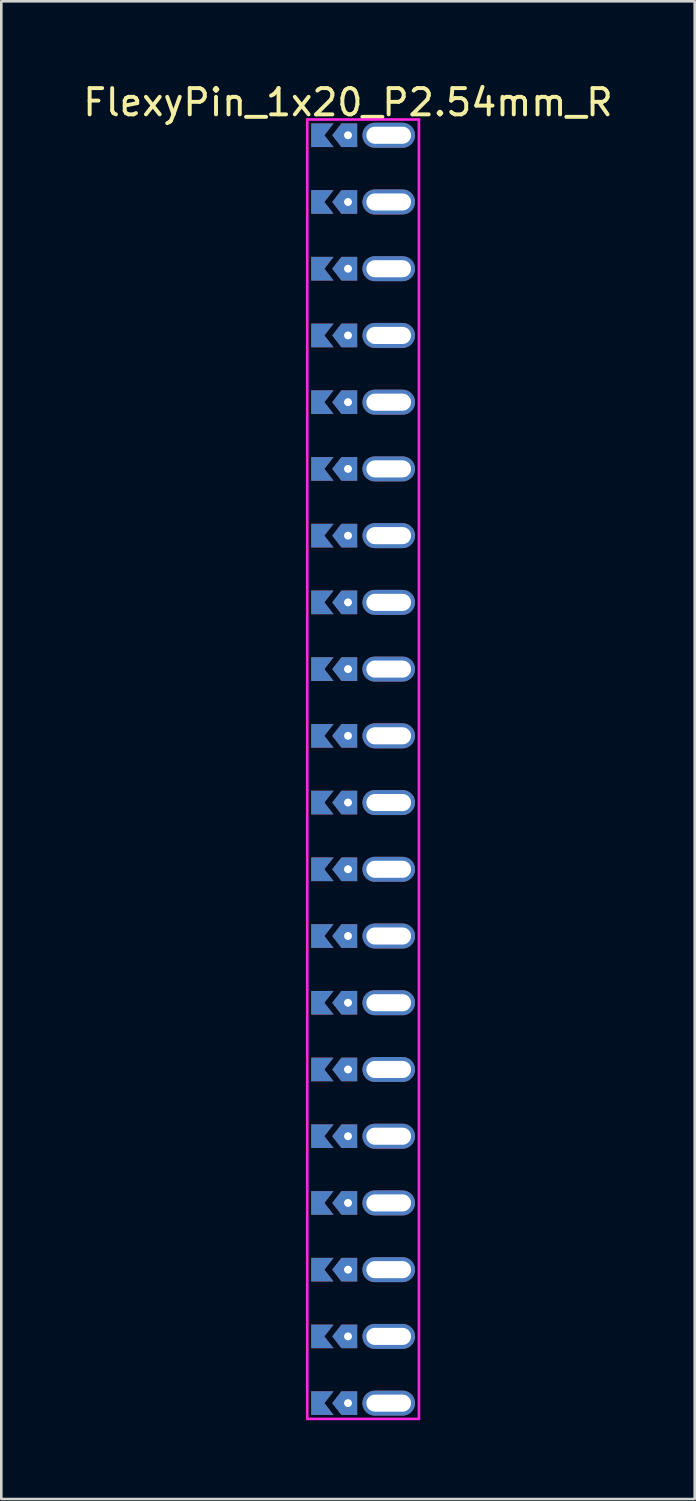
<source format=kicad_pcb>
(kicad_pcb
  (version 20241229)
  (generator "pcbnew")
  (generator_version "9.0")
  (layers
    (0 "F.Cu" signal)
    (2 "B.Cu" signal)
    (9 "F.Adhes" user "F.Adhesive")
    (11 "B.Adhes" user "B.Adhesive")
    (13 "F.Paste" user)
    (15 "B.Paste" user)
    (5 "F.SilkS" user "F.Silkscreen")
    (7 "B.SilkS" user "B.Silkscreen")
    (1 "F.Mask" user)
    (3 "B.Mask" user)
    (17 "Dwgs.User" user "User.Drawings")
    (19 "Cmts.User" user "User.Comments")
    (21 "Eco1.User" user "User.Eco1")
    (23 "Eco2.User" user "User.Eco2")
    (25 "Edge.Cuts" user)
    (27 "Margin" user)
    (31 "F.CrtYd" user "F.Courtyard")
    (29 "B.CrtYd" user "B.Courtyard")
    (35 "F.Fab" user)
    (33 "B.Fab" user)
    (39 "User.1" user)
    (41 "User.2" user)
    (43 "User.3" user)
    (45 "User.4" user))
  (footprint "FlexyPin_1x20_P2.54mm_R"
    (layer "F.Cu")
    (at 10.196 2.098)
    (property "Reference" "FlexyPin_1x20_P2.54mm_R" (at 0 -1.25 0) (layer "F.SilkS") (effects (font (size 1 1) (thickness 0.15))))
    (attr through_hole)
    (fp_line (start -1.55 -0.6) (end 2.7 -0.6) (stroke (width 0.1) (type solid)) (layer "F.CrtYd"))
    (fp_line (start -1.55 48.86) (end -1.55 -0.6) (stroke (width 0.1) (type solid)) (layer "F.CrtYd"))
    (fp_line (start 2.7 -0.6) (end 2.7 48.86) (stroke (width 0.1) (type solid)) (layer "F.CrtYd"))
    (fp_line (start 2.7 48.86) (end -1.55 48.86) (stroke (width 0.1) (type solid)) (layer "F.CrtYd"))
    (pad "" thru_hole custom (at 0 0) (size 0.3 0.3) (drill 0.6) (layers "*.Cu" "*.Mask") (options (anchor rect)) (primitives (gr_poly (pts (xy 0.35 0.45) (xy 0.35 -0.45) (xy -0.25 -0.45) (xy -0.6 0) (xy -0.25 0.45)) (width 0) (fill yes))))
    (pad "" thru_hole custom (at 0 2.54) (size 0.3 0.3) (drill 0.6) (layers "*.Cu" "*.Mask") (options (anchor rect)) (primitives (gr_poly (pts (xy 0.35 0.45) (xy 0.35 -0.45) (xy -0.25 -0.45) (xy -0.6 0) (xy -0.25 0.45)) (width 0) (fill yes))))
    (pad "" thru_hole custom (at 0 5.08) (size 0.3 0.3) (drill 0.6) (layers "*.Cu" "*.Mask") (options (anchor rect)) (primitives (gr_poly (pts (xy 0.35 0.45) (xy 0.35 -0.45) (xy -0.25 -0.45) (xy -0.6 0) (xy -0.25 0.45)) (width 0) (fill yes))))
    (pad "" thru_hole custom (at 0 7.62) (size 0.3 0.3) (drill 0.6) (layers "*.Cu" "*.Mask") (options (anchor rect)) (primitives (gr_poly (pts (xy 0.35 0.45) (xy 0.35 -0.45) (xy -0.25 -0.45) (xy -0.6 0) (xy -0.25 0.45)) (width 0) (fill yes))))
    (pad "" thru_hole custom (at 0 10.16) (size 0.3 0.3) (drill 0.6) (layers "*.Cu" "*.Mask") (options (anchor rect)) (primitives (gr_poly (pts (xy 0.35 0.45) (xy 0.35 -0.45) (xy -0.25 -0.45) (xy -0.6 0) (xy -0.25 0.45)) (width 0) (fill yes))))
    (pad "" thru_hole custom (at 0 12.7) (size 0.3 0.3) (drill 0.6) (layers "*.Cu" "*.Mask") (options (anchor rect)) (primitives (gr_poly (pts (xy 0.35 0.45) (xy 0.35 -0.45) (xy -0.25 -0.45) (xy -0.6 0) (xy -0.25 0.45)) (width 0) (fill yes))))
    (pad "" thru_hole custom (at 0 15.24) (size 0.3 0.3) (drill 0.6) (layers "*.Cu" "*.Mask") (options (anchor rect)) (primitives (gr_poly (pts (xy 0.35 0.45) (xy 0.35 -0.45) (xy -0.25 -0.45) (xy -0.6 0) (xy -0.25 0.45)) (width 0) (fill yes))))
    (pad "" thru_hole custom (at 0 17.78) (size 0.3 0.3) (drill 0.6) (layers "*.Cu" "*.Mask") (options (anchor rect)) (primitives (gr_poly (pts (xy 0.35 0.45) (xy 0.35 -0.45) (xy -0.25 -0.45) (xy -0.6 0) (xy -0.25 0.45)) (width 0) (fill yes))))
    (pad "" thru_hole custom (at 0 20.32) (size 0.3 0.3) (drill 0.6) (layers "*.Cu" "*.Mask") (options (anchor rect)) (primitives (gr_poly (pts (xy 0.35 0.45) (xy 0.35 -0.45) (xy -0.25 -0.45) (xy -0.6 0) (xy -0.25 0.45)) (width 0) (fill yes))))
    (pad "" thru_hole custom (at 0 22.86) (size 0.3 0.3) (drill 0.6) (layers "*.Cu" "*.Mask") (options (anchor rect)) (primitives (gr_poly (pts (xy 0.35 0.45) (xy 0.35 -0.45) (xy -0.25 -0.45) (xy -0.6 0) (xy -0.25 0.45)) (width 0) (fill yes))))
    (pad "" thru_hole custom (at 0 25.4) (size 0.3 0.3) (drill 0.6) (layers "*.Cu" "*.Mask") (options (anchor rect)) (primitives (gr_poly (pts (xy 0.35 0.45) (xy 0.35 -0.45) (xy -0.25 -0.45) (xy -0.6 0) (xy -0.25 0.45)) (width 0) (fill yes))))
    (pad "" thru_hole custom (at 0 27.94) (size 0.3 0.3) (drill 0.6) (layers "*.Cu" "*.Mask") (options (anchor rect)) (primitives (gr_poly (pts (xy 0.35 0.45) (xy 0.35 -0.45) (xy -0.25 -0.45) (xy -0.6 0) (xy -0.25 0.45)) (width 0) (fill yes))))
    (pad "" thru_hole custom (at 0 30.48) (size 0.3 0.3) (drill 0.6) (layers "*.Cu" "*.Mask") (options (anchor rect)) (primitives (gr_poly (pts (xy 0.35 0.45) (xy 0.35 -0.45) (xy -0.25 -0.45) (xy -0.6 0) (xy -0.25 0.45)) (width 0) (fill yes))))
    (pad "" thru_hole custom (at 0 33.02) (size 0.3 0.3) (drill 0.6) (layers "*.Cu" "*.Mask") (options (anchor rect)) (primitives (gr_poly (pts (xy 0.35 0.45) (xy 0.35 -0.45) (xy -0.25 -0.45) (xy -0.6 0) (xy -0.25 0.45)) (width 0) (fill yes))))
    (pad "" thru_hole custom (at 0 35.56) (size 0.3 0.3) (drill 0.6) (layers "*.Cu" "*.Mask") (options (anchor rect)) (primitives (gr_poly (pts (xy 0.35 0.45) (xy 0.35 -0.45) (xy -0.25 -0.45) (xy -0.6 0) (xy -0.25 0.45)) (width 0) (fill yes))))
    (pad "" thru_hole custom (at 0 38.1) (size 0.3 0.3) (drill 0.6) (layers "*.Cu" "*.Mask") (options (anchor rect)) (primitives (gr_poly (pts (xy 0.35 0.45) (xy 0.35 -0.45) (xy -0.25 -0.45) (xy -0.6 0) (xy -0.25 0.45)) (width 0) (fill yes))))
    (pad "" thru_hole custom (at 0 40.64) (size 0.3 0.3) (drill 0.6) (layers "*.Cu" "*.Mask") (options (anchor rect)) (primitives (gr_poly (pts (xy 0.35 0.45) (xy 0.35 -0.45) (xy -0.25 -0.45) (xy -0.6 0) (xy -0.25 0.45)) (width 0) (fill yes))))
    (pad "" thru_hole custom (at 0 43.18) (size 0.3 0.3) (drill 0.6) (layers "*.Cu" "*.Mask") (options (anchor rect)) (primitives (gr_poly (pts (xy 0.35 0.45) (xy 0.35 -0.45) (xy -0.25 -0.45) (xy -0.6 0) (xy -0.25 0.45)) (width 0) (fill yes))))
    (pad "" thru_hole custom (at 0 45.72) (size 0.3 0.3) (drill 0.6) (layers "*.Cu" "*.Mask") (options (anchor rect)) (primitives (gr_poly (pts (xy 0.35 0.45) (xy 0.35 -0.45) (xy -0.25 -0.45) (xy -0.6 0) (xy -0.25 0.45)) (width 0) (fill yes))))
    (pad "" thru_hole custom (at 0 48.26) (size 0.3 0.3) (drill 0.6) (layers "*.Cu" "*.Mask") (options (anchor rect)) (primitives (gr_poly (pts (xy 0.35 0.45) (xy 0.35 -0.45) (xy -0.25 -0.45) (xy -0.6 0) (xy -0.25 0.45)) (width 0) (fill yes))))
    (pad "" thru_hole oval (at 1.55 0) (size 2 0.95) (drill oval 1.7 0.65) (layers "*.Cu" "*.Mask"))
    (pad "" thru_hole oval (at 1.55 2.54) (size 2 0.95) (drill oval 1.7 0.65) (layers "*.Cu" "*.Mask"))
    (pad "" thru_hole oval (at 1.55 5.08) (size 2 0.95) (drill oval 1.7 0.65) (layers "*.Cu" "*.Mask"))
    (pad "" thru_hole oval (at 1.55 7.62) (size 2 0.95) (drill oval 1.7 0.65) (layers "*.Cu" "*.Mask"))
    (pad "" thru_hole oval (at 1.55 10.16) (size 2 0.95) (drill oval 1.7 0.65) (layers "*.Cu" "*.Mask"))
    (pad "" thru_hole oval (at 1.55 12.7) (size 2 0.95) (drill oval 1.7 0.65) (layers "*.Cu" "*.Mask"))
    (pad "" thru_hole oval (at 1.55 15.24) (size 2 0.95) (drill oval 1.7 0.65) (layers "*.Cu" "*.Mask"))
    (pad "" thru_hole oval (at 1.55 17.78) (size 2 0.95) (drill oval 1.7 0.65) (layers "*.Cu" "*.Mask"))
    (pad "" thru_hole oval (at 1.55 20.32) (size 2 0.95) (drill oval 1.7 0.65) (layers "*.Cu" "*.Mask"))
    (pad "" thru_hole oval (at 1.55 22.86) (size 2 0.95) (drill oval 1.7 0.65) (layers "*.Cu" "*.Mask"))
    (pad "" thru_hole oval (at 1.55 25.4) (size 2 0.95) (drill oval 1.7 0.65) (layers "*.Cu" "*.Mask"))
    (pad "" thru_hole oval (at 1.55 27.94) (size 2 0.95) (drill oval 1.7 0.65) (layers "*.Cu" "*.Mask"))
    (pad "" thru_hole oval (at 1.55 30.48) (size 2 0.95) (drill oval 1.7 0.65) (layers "*.Cu" "*.Mask"))
    (pad "" thru_hole oval (at 1.55 33.02) (size 2 0.95) (drill oval 1.7 0.65) (layers "*.Cu" "*.Mask"))
    (pad "" thru_hole oval (at 1.55 35.56) (size 2 0.95) (drill oval 1.7 0.65) (layers "*.Cu" "*.Mask"))
    (pad "" thru_hole oval (at 1.55 38.1) (size 2 0.95) (drill oval 1.7 0.65) (layers "*.Cu" "*.Mask"))
    (pad "" thru_hole oval (at 1.55 40.64) (size 2 0.95) (drill oval 1.7 0.65) (layers "*.Cu" "*.Mask"))
    (pad "" thru_hole oval (at 1.55 43.18) (size 2 0.95) (drill oval 1.7 0.65) (layers "*.Cu" "*.Mask"))
    (pad "" thru_hole oval (at 1.55 45.72) (size 2 0.95) (drill oval 1.7 0.65) (layers "*.Cu" "*.Mask"))
    (pad "" thru_hole oval (at 1.55 48.26) (size 2 0.95) (drill oval 1.7 0.65) (layers "*.Cu" "*.Mask"))
    (pad "1" smd custom (at -0.9 0) (size 0.01 0.01) (layers "F.Cu" "F.Mask") (options (anchor rect)) (primitives (gr_poly (pts (xy 0 0) (xy 0.35 0.45) (xy -0.5 0.45) (xy -0.5 -0.45) (xy 0.35 -0.45)) (width 0) (fill yes))))
    (pad "2" smd custom (at -0.9 2.54) (size 0.01 0.01) (layers "F.Cu" "F.Mask") (options (anchor rect)) (primitives (gr_poly (pts (xy 0 0) (xy 0.35 0.45) (xy -0.5 0.45) (xy -0.5 -0.45) (xy 0.35 -0.45)) (width 0) (fill yes))))
    (pad "3" smd custom (at -0.9 5.08) (size 0.01 0.01) (layers "F.Cu" "F.Mask") (options (anchor rect)) (primitives (gr_poly (pts (xy 0 0) (xy 0.35 0.45) (xy -0.5 0.45) (xy -0.5 -0.45) (xy 0.35 -0.45)) (width 0) (fill yes))))
    (pad "4" smd custom (at -0.9 7.62) (size 0.01 0.01) (layers "F.Cu" "F.Mask") (options (anchor rect)) (primitives (gr_poly (pts (xy 0 0) (xy 0.35 0.45) (xy -0.5 0.45) (xy -0.5 -0.45) (xy 0.35 -0.45)) (width 0) (fill yes))))
    (pad "5" smd custom (at -0.9 10.16) (size 0.01 0.01) (layers "F.Cu" "F.Mask") (options (anchor rect)) (primitives (gr_poly (pts (xy 0 0) (xy 0.35 0.45) (xy -0.5 0.45) (xy -0.5 -0.45) (xy 0.35 -0.45)) (width 0) (fill yes))))
    (pad "6" smd custom (at -0.9 12.7) (size 0.01 0.01) (layers "F.Cu" "F.Mask") (options (anchor rect)) (primitives (gr_poly (pts (xy 0 0) (xy 0.35 0.45) (xy -0.5 0.45) (xy -0.5 -0.45) (xy 0.35 -0.45)) (width 0) (fill yes))))
    (pad "7" smd custom (at -0.9 15.24) (size 0.01 0.01) (layers "F.Cu" "F.Mask") (options (anchor rect)) (primitives (gr_poly (pts (xy 0 0) (xy 0.35 0.45) (xy -0.5 0.45) (xy -0.5 -0.45) (xy 0.35 -0.45)) (width 0) (fill yes))))
    (pad "8" smd custom (at -0.9 17.78) (size 0.01 0.01) (layers "F.Cu" "F.Mask") (options (anchor rect)) (primitives (gr_poly (pts (xy 0 0) (xy 0.35 0.45) (xy -0.5 0.45) (xy -0.5 -0.45) (xy 0.35 -0.45)) (width 0) (fill yes))))
    (pad "9" smd custom (at -0.9 20.32) (size 0.01 0.01) (layers "F.Cu" "F.Mask") (options (anchor rect)) (primitives (gr_poly (pts (xy 0 0) (xy 0.35 0.45) (xy -0.5 0.45) (xy -0.5 -0.45) (xy 0.35 -0.45)) (width 0) (fill yes))))
    (pad "10" smd custom (at -0.9 22.86) (size 0.01 0.01) (layers "F.Cu" "F.Mask") (options (anchor rect)) (primitives (gr_poly (pts (xy 0 0) (xy 0.35 0.45) (xy -0.5 0.45) (xy -0.5 -0.45) (xy 0.35 -0.45)) (width 0) (fill yes))))
    (pad "11" smd custom (at -0.9 25.4) (size 0.01 0.01) (layers "F.Cu" "F.Mask") (options (anchor rect)) (primitives (gr_poly (pts (xy 0 0) (xy 0.35 0.45) (xy -0.5 0.45) (xy -0.5 -0.45) (xy 0.35 -0.45)) (width 0) (fill yes))))
    (pad "12" smd custom (at -0.9 27.94) (size 0.01 0.01) (layers "F.Cu" "F.Mask") (options (anchor rect)) (primitives (gr_poly (pts (xy 0 0) (xy 0.35 0.45) (xy -0.5 0.45) (xy -0.5 -0.45) (xy 0.35 -0.45)) (width 0) (fill yes))))
    (pad "13" smd custom (at -0.9 30.48) (size 0.01 0.01) (layers "F.Cu" "F.Mask") (options (anchor rect)) (primitives (gr_poly (pts (xy 0 0) (xy 0.35 0.45) (xy -0.5 0.45) (xy -0.5 -0.45) (xy 0.35 -0.45)) (width 0) (fill yes))))
    (pad "14" smd custom (at -0.9 33.02) (size 0.01 0.01) (layers "F.Cu" "F.Mask") (options (anchor rect)) (primitives (gr_poly (pts (xy 0 0) (xy 0.35 0.45) (xy -0.5 0.45) (xy -0.5 -0.45) (xy 0.35 -0.45)) (width 0) (fill yes))))
    (pad "15" smd custom (at -0.9 35.56) (size 0.01 0.01) (layers "F.Cu" "F.Mask") (options (anchor rect)) (primitives (gr_poly (pts (xy 0 0) (xy 0.35 0.45) (xy -0.5 0.45) (xy -0.5 -0.45) (xy 0.35 -0.45)) (width 0) (fill yes))))
    (pad "16" smd custom (at -0.9 38.1) (size 0.01 0.01) (layers "F.Cu" "F.Mask") (options (anchor rect)) (primitives (gr_poly (pts (xy 0 0) (xy 0.35 0.45) (xy -0.5 0.45) (xy -0.5 -0.45) (xy 0.35 -0.45)) (width 0) (fill yes))))
    (pad "17" smd custom (at -0.9 40.64) (size 0.01 0.01) (layers "F.Cu" "F.Mask") (options (anchor rect)) (primitives (gr_poly (pts (xy 0 0) (xy 0.35 0.45) (xy -0.5 0.45) (xy -0.5 -0.45) (xy 0.35 -0.45)) (width 0) (fill yes))))
    (pad "18" smd custom (at -0.9 43.18) (size 0.01 0.01) (layers "F.Cu" "F.Mask") (options (anchor rect)) (primitives (gr_poly (pts (xy 0 0) (xy 0.35 0.45) (xy -0.5 0.45) (xy -0.5 -0.45) (xy 0.35 -0.45)) (width 0) (fill yes))))
    (pad "19" smd custom (at -0.9 45.72) (size 0.01 0.01) (layers "F.Cu" "F.Mask") (options (anchor rect)) (primitives (gr_poly (pts (xy 0 0) (xy 0.35 0.45) (xy -0.5 0.45) (xy -0.5 -0.45) (xy 0.35 -0.45)) (width 0) (fill yes))))
    (pad "20" smd custom (at -0.9 48.26) (size 0.01 0.01) (layers "F.Cu" "F.Mask") (options (anchor rect)) (primitives (gr_poly (pts (xy 0 0) (xy 0.35 0.45) (xy -0.5 0.45) (xy -0.5 -0.45) (xy 0.35 -0.45)) (width 0) (fill yes))))
    (pad "21" smd custom (at -0.9 0) (size 0.01 0.01) (layers "B.Cu" "B.Mask") (options (anchor rect)) (primitives (gr_poly (pts (xy 0 0) (xy 0.35 0.45) (xy -0.5 0.45) (xy -0.5 -0.45) (xy 0.35 -0.45)) (width 0) (fill yes))))
    (pad "22" smd custom (at -0.9 2.54) (size 0.01 0.01) (layers "B.Cu" "B.Mask") (options (anchor rect)) (primitives (gr_poly (pts (xy 0 0) (xy 0.35 0.45) (xy -0.5 0.45) (xy -0.5 -0.45) (xy 0.35 -0.45)) (width 0) (fill yes))))
    (pad "23" smd custom (at -0.9 5.08) (size 0.01 0.01) (layers "B.Cu" "B.Mask") (options (anchor rect)) (primitives (gr_poly (pts (xy 0 0) (xy 0.35 0.45) (xy -0.5 0.45) (xy -0.5 -0.45) (xy 0.35 -0.45)) (width 0) (fill yes))))
    (pad "24" smd custom (at -0.9 7.62) (size 0.01 0.01) (layers "B.Cu" "B.Mask") (options (anchor rect)) (primitives (gr_poly (pts (xy 0 0) (xy 0.35 0.45) (xy -0.5 0.45) (xy -0.5 -0.45) (xy 0.35 -0.45)) (width 0) (fill yes))))
    (pad "25" smd custom (at -0.9 10.16) (size 0.01 0.01) (layers "B.Cu" "B.Mask") (options (anchor rect)) (primitives (gr_poly (pts (xy 0 0) (xy 0.35 0.45) (xy -0.5 0.45) (xy -0.5 -0.45) (xy 0.35 -0.45)) (width 0) (fill yes))))
    (pad "26" smd custom (at -0.9 12.7) (size 0.01 0.01) (layers "B.Cu" "B.Mask") (options (anchor rect)) (primitives (gr_poly (pts (xy 0 0) (xy 0.35 0.45) (xy -0.5 0.45) (xy -0.5 -0.45) (xy 0.35 -0.45)) (width 0) (fill yes))))
    (pad "27" smd custom (at -0.9 15.24) (size 0.01 0.01) (layers "B.Cu" "B.Mask") (options (anchor rect)) (primitives (gr_poly (pts (xy 0 0) (xy 0.35 0.45) (xy -0.5 0.45) (xy -0.5 -0.45) (xy 0.35 -0.45)) (width 0) (fill yes))))
    (pad "28" smd custom (at -0.9 17.78) (size 0.01 0.01) (layers "B.Cu" "B.Mask") (options (anchor rect)) (primitives (gr_poly (pts (xy 0 0) (xy 0.35 0.45) (xy -0.5 0.45) (xy -0.5 -0.45) (xy 0.35 -0.45)) (width 0) (fill yes))))
    (pad "29" smd custom (at -0.9 20.32) (size 0.01 0.01) (layers "B.Cu" "B.Mask") (options (anchor rect)) (primitives (gr_poly (pts (xy 0 0) (xy 0.35 0.45) (xy -0.5 0.45) (xy -0.5 -0.45) (xy 0.35 -0.45)) (width 0) (fill yes))))
    (pad "30" smd custom (at -0.9 22.86) (size 0.01 0.01) (layers "B.Cu" "B.Mask") (options (anchor rect)) (primitives (gr_poly (pts (xy 0 0) (xy 0.35 0.45) (xy -0.5 0.45) (xy -0.5 -0.45) (xy 0.35 -0.45)) (width 0) (fill yes))))
    (pad "31" smd custom (at -0.9 25.4) (size 0.01 0.01) (layers "B.Cu" "B.Mask") (options (anchor rect)) (primitives (gr_poly (pts (xy 0 0) (xy 0.35 0.45) (xy -0.5 0.45) (xy -0.5 -0.45) (xy 0.35 -0.45)) (width 0) (fill yes))))
    (pad "32" smd custom (at -0.9 27.94) (size 0.01 0.01) (layers "B.Cu" "B.Mask") (options (anchor rect)) (primitives (gr_poly (pts (xy 0 0) (xy 0.35 0.45) (xy -0.5 0.45) (xy -0.5 -0.45) (xy 0.35 -0.45)) (width 0) (fill yes))))
    (pad "33" smd custom (at -0.9 30.48) (size 0.01 0.01) (layers "B.Cu" "B.Mask") (options (anchor rect)) (primitives (gr_poly (pts (xy 0 0) (xy 0.35 0.45) (xy -0.5 0.45) (xy -0.5 -0.45) (xy 0.35 -0.45)) (width 0) (fill yes))))
    (pad "34" smd custom (at -0.9 33.02) (size 0.01 0.01) (layers "B.Cu" "B.Mask") (options (anchor rect)) (primitives (gr_poly (pts (xy 0 0) (xy 0.35 0.45) (xy -0.5 0.45) (xy -0.5 -0.45) (xy 0.35 -0.45)) (width 0) (fill yes))))
    (pad "35" smd custom (at -0.9 35.56) (size 0.01 0.01) (layers "B.Cu" "B.Mask") (options (anchor rect)) (primitives (gr_poly (pts (xy 0 0) (xy 0.35 0.45) (xy -0.5 0.45) (xy -0.5 -0.45) (xy 0.35 -0.45)) (width 0) (fill yes))))
    (pad "36" smd custom (at -0.9 38.1) (size 0.01 0.01) (layers "B.Cu" "B.Mask") (options (anchor rect)) (primitives (gr_poly (pts (xy 0 0) (xy 0.35 0.45) (xy -0.5 0.45) (xy -0.5 -0.45) (xy 0.35 -0.45)) (width 0) (fill yes))))
    (pad "37" smd custom (at -0.9 40.64) (size 0.01 0.01) (layers "B.Cu" "B.Mask") (options (anchor rect)) (primitives (gr_poly (pts (xy 0 0) (xy 0.35 0.45) (xy -0.5 0.45) (xy -0.5 -0.45) (xy 0.35 -0.45)) (width 0) (fill yes))))
    (pad "38" smd custom (at -0.9 43.18) (size 0.01 0.01) (layers "B.Cu" "B.Mask") (options (anchor rect)) (primitives (gr_poly (pts (xy 0 0) (xy 0.35 0.45) (xy -0.5 0.45) (xy -0.5 -0.45) (xy 0.35 -0.45)) (width 0) (fill yes))))
    (pad "39" smd custom (at -0.9 45.72) (size 0.01 0.01) (layers "B.Cu" "B.Mask") (options (anchor rect)) (primitives (gr_poly (pts (xy 0 0) (xy 0.35 0.45) (xy -0.5 0.45) (xy -0.5 -0.45) (xy 0.35 -0.45)) (width 0) (fill yes))))
    (pad "40" smd custom (at -0.9 48.26) (size 0.01 0.01) (layers "B.Cu" "B.Mask") (options (anchor rect)) (primitives (gr_poly (pts (xy 0 0) (xy 0.35 0.45) (xy -0.5 0.45) (xy -0.5 -0.45) (xy 0.35 -0.45)) (width 0) (fill yes)))))
  (gr_rect
    (start -3 -3)
    (end 23.393 54.008)
    (stroke (width 0.1) (type default))
    (fill no)
    (layer "Edge.Cuts")))
</source>
